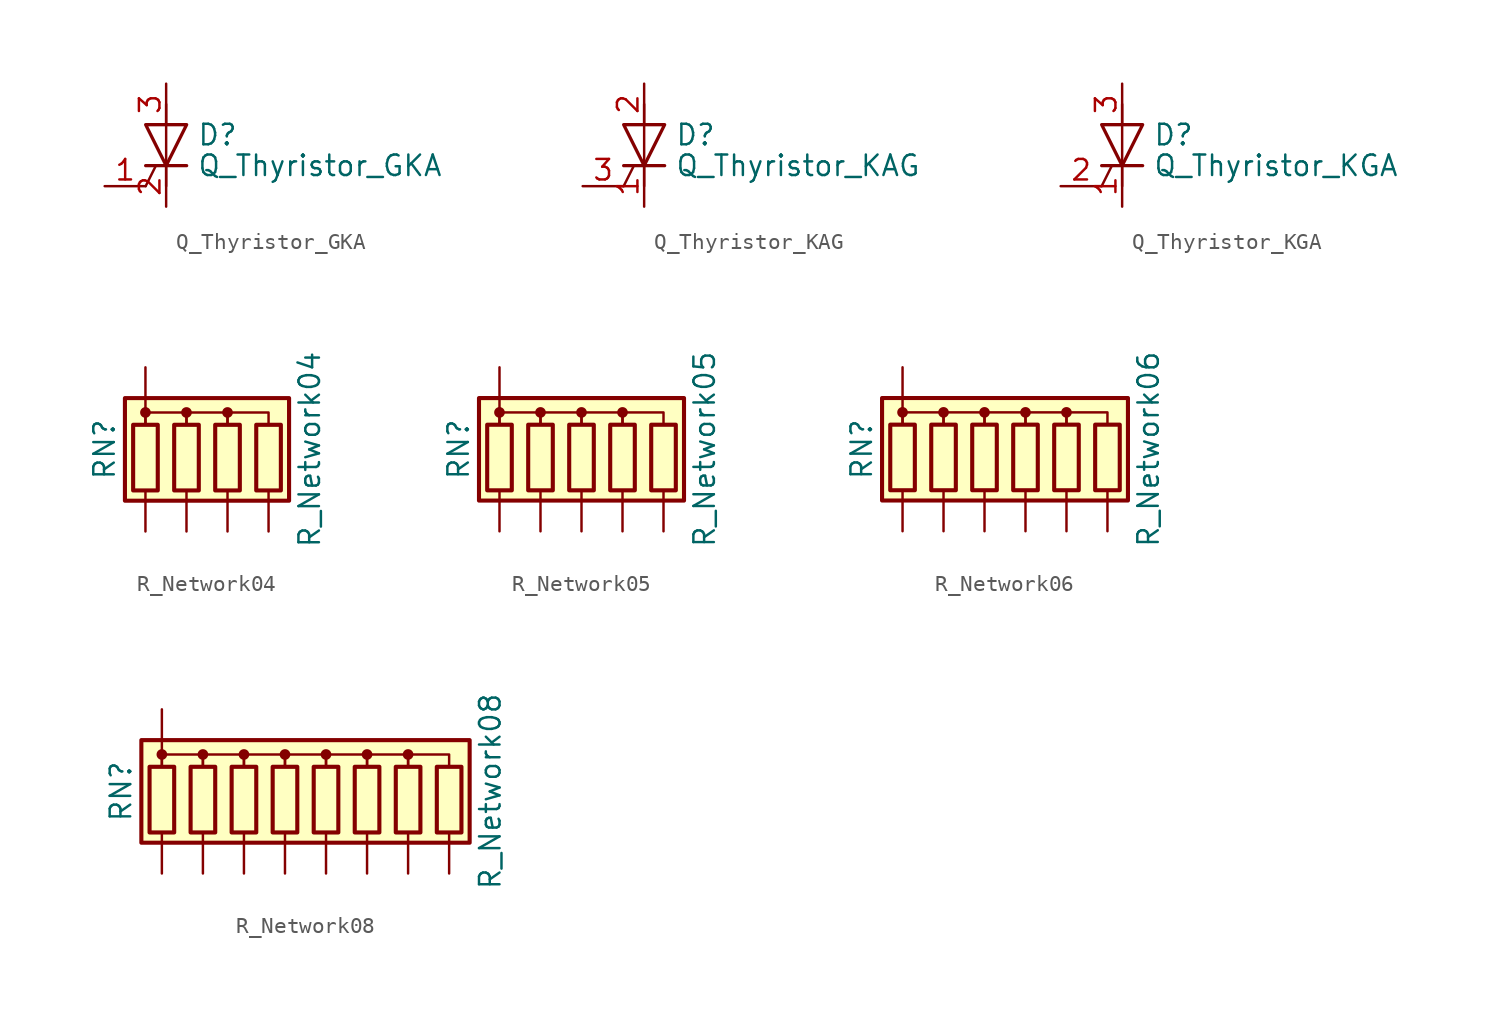
<source format=kicad_sym>
(kicad_symbol_lib
  (version 20211014)
  (generator kicad_symbol_editor)
  (symbol "Q_Thyristor_GKA"
    (pin_names
      (offset 0) hide)
    (property "Reference" "D"
      (at 1.905 0.635 0)
      (effects (font (size 1.27 1.27)) (justify left)))
    (property "Value" "Q_Thyristor_GKA"
      (at 1.905 -1.27 0)
      (effects (font (size 1.27 1.27)) (justify left)))
    (symbol "Q_Thyristor_GKA_0_1"
      (polyline (pts (xy -1.27 -2.54) (xy -0.635 -1.27)) (stroke (width 0) (type default) (color 0 0 0 0)) (fill (type none)))
      (polyline (pts (xy -1.27 -1.27) (xy 1.27 -1.27)) (stroke (width 0.203) (type default) (color 0 0 0 0)) (fill (type none)))
      (polyline (pts (xy 0 -2.54) (xy 0 2.54)) (stroke (width 0) (type default) (color 0 0 0 0)) (fill (type none)))
      (polyline (pts (xy -1.27 1.27) (xy 1.27 1.27) (xy 0 -1.27) (xy -1.27 1.27)) (stroke (width 0.203) (type default) (color 0 0 0 0)) (fill (type none))))
    (symbol "Q_Thyristor_GKA_1_1"
      (pin input line (at -3.81 -2.54 0) (length 2.54) (name "G" (effects (font (size 1.27 1.27)))) (number "1" (effects (font (size 1.27 1.27)))))
      (pin passive line (at 0 -3.81 90) (length 2.54) (name "K" (effects (font (size 1.27 1.27)))) (number "2" (effects (font (size 1.27 1.27)))))
      (pin passive line (at 0 3.81 270) (length 2.54) (name "A" (effects (font (size 1.27 1.27)))) (number "3" (effects (font (size 1.27 1.27)))))))
  (symbol "Q_Thyristor_KAG"
    (pin_names
      (offset 0) hide)
    (property "Reference" "D"
      (at 1.905 0.635 0)
      (effects (font (size 1.27 1.27)) (justify left)))
    (property "Value" "Q_Thyristor_KAG"
      (at 1.905 -1.27 0)
      (effects (font (size 1.27 1.27)) (justify left)))
    (symbol "Q_Thyristor_KAG_0_1"
      (polyline (pts (xy -1.27 -2.54) (xy -0.635 -1.27)) (stroke (width 0) (type default) (color 0 0 0 0)) (fill (type none)))
      (polyline (pts (xy -1.27 -1.27) (xy 1.27 -1.27)) (stroke (width 0.203) (type default) (color 0 0 0 0)) (fill (type none)))
      (polyline (pts (xy 0 -2.54) (xy 0 2.54)) (stroke (width 0) (type default) (color 0 0 0 0)) (fill (type none)))
      (polyline (pts (xy -1.27 1.27) (xy 1.27 1.27) (xy 0 -1.27) (xy -1.27 1.27)) (stroke (width 0.203) (type default) (color 0 0 0 0)) (fill (type none))))
    (symbol "Q_Thyristor_KAG_1_1"
      (pin passive line (at 0 -3.81 90) (length 2.54) (name "K" (effects (font (size 1.27 1.27)))) (number "1" (effects (font (size 1.27 1.27)))))
      (pin passive line (at 0 3.81 270) (length 2.54) (name "A" (effects (font (size 1.27 1.27)))) (number "2" (effects (font (size 1.27 1.27)))))
      (pin input line (at -3.81 -2.54 0) (length 2.54) (name "G" (effects (font (size 1.27 1.27)))) (number "3" (effects (font (size 1.27 1.27)))))))
  (symbol "Q_Thyristor_KGA"
    (pin_names
      (offset 0) hide)
    (property "Reference" "D"
      (at 1.905 0.635 0)
      (effects (font (size 1.27 1.27)) (justify left)))
    (property "Value" "Q_Thyristor_KGA"
      (at 1.905 -1.27 0)
      (effects (font (size 1.27 1.27)) (justify left)))
    (symbol "Q_Thyristor_KGA_0_1"
      (polyline (pts (xy -1.27 -2.54) (xy -0.635 -1.27)) (stroke (width 0) (type default) (color 0 0 0 0)) (fill (type none)))
      (polyline (pts (xy -1.27 -1.27) (xy 1.27 -1.27)) (stroke (width 0.203) (type default) (color 0 0 0 0)) (fill (type none)))
      (polyline (pts (xy 0 -2.54) (xy 0 2.54)) (stroke (width 0) (type default) (color 0 0 0 0)) (fill (type none)))
      (polyline (pts (xy -1.27 1.27) (xy 1.27 1.27) (xy 0 -1.27) (xy -1.27 1.27)) (stroke (width 0.203) (type default) (color 0 0 0 0)) (fill (type none))))
    (symbol "Q_Thyristor_KGA_1_1"
      (pin passive line (at 0 -3.81 90) (length 2.54) (name "K" (effects (font (size 1.27 1.27)))) (number "1" (effects (font (size 1.27 1.27)))))
      (pin input line (at -3.81 -2.54 0) (length 2.54) (name "G" (effects (font (size 1.27 1.27)))) (number "2" (effects (font (size 1.27 1.27)))))
      (pin passive line (at 0 3.81 270) (length 2.54) (name "A" (effects (font (size 1.27 1.27)))) (number "3" (effects (font (size 1.27 1.27)))))))
  (symbol "R_Network04"
    (pin_numbers hide)
    (pin_names
      (offset 0) hide)
    (property "Reference" "RN"
      (at -7.62 0 90)
      (effects (font (size 1.27 1.27))))
    (property "Value" "R_Network04"
      (at 5.08 0 90)
      (effects (font (size 1.27 1.27))))
    (symbol "R_Network04_0_1"
      (rectangle (start -6.35 -3.175) (end 3.81 3.175) (stroke (width 0.254) (type default) (color 0 0 0 0)) (fill (type background)))
      (rectangle (start -5.842 1.524) (end -4.318 -2.54) (stroke (width 0.254) (type default) (color 0 0 0 0)) (fill (type none)))
      (circle (center -5.08 2.286) (radius 0.254) (stroke (width 0) (type default) (color 0 0 0 0)) (fill (type outline)))
      (rectangle (start -3.302 1.524) (end -1.778 -2.54) (stroke (width 0.254) (type default) (color 0 0 0 0)) (fill (type none)))
      (circle (center -2.54 2.286) (radius 0.254) (stroke (width 0) (type default) (color 0 0 0 0)) (fill (type outline)))
      (rectangle (start -0.762 1.524) (end 0.762 -2.54) (stroke (width 0.254) (type default) (color 0 0 0 0)) (fill (type none)))
      (polyline (pts (xy -5.08 2.54) (xy -5.08 1.524)) (stroke (width 0) (type default) (color 0 0 0 0)) (fill (type none)))
      (polyline (pts (xy -5.08 1.524) (xy -5.08 2.286) (xy -2.54 2.286) (xy -2.54 1.524)) (stroke (width 0) (type default) (color 0 0 0 0)) (fill (type none)))
      (polyline (pts (xy -2.54 1.524) (xy -2.54 2.286) (xy 0 2.286) (xy 0 1.524)) (stroke (width 0) (type default) (color 0 0 0 0)) (fill (type none)))
      (polyline (pts (xy 0 1.524) (xy 0 2.286) (xy 2.54 2.286) (xy 2.54 1.524)) (stroke (width 0) (type default) (color 0 0 0 0)) (fill (type none)))
      (circle (center 0 2.286) (radius 0.254) (stroke (width 0) (type default) (color 0 0 0 0)) (fill (type outline)))
      (rectangle (start 1.778 1.524) (end 3.302 -2.54) (stroke (width 0.254) (type default) (color 0 0 0 0)) (fill (type none))))
    (symbol "R_Network04_1_1"
      (pin passive line (at -5.08 5.08 270) (length 2.54) (name "common" (effects (font (size 1.27 1.27)))) (number "1" (effects (font (size 1.27 1.27)))))
      (pin passive line (at -5.08 -5.08 90) (length 2.54) (name "R1" (effects (font (size 1.27 1.27)))) (number "2" (effects (font (size 1.27 1.27)))))
      (pin passive line (at -2.54 -5.08 90) (length 2.54) (name "R2" (effects (font (size 1.27 1.27)))) (number "3" (effects (font (size 1.27 1.27)))))
      (pin passive line (at 0 -5.08 90) (length 2.54) (name "R3" (effects (font (size 1.27 1.27)))) (number "4" (effects (font (size 1.27 1.27)))))
      (pin passive line (at 2.54 -5.08 90) (length 2.54) (name "R4" (effects (font (size 1.27 1.27)))) (number "5" (effects (font (size 1.27 1.27)))))))
  (symbol "R_Network05"
    (pin_numbers hide)
    (pin_names
      (offset 0) hide)
    (property "Reference" "RN"
      (at -7.62 0 90)
      (effects (font (size 1.27 1.27))))
    (property "Value" "R_Network05"
      (at 7.62 0 90)
      (effects (font (size 1.27 1.27))))
    (symbol "R_Network05_0_1"
      (rectangle (start -6.35 -3.175) (end 6.35 3.175) (stroke (width 0.254) (type default) (color 0 0 0 0)) (fill (type background)))
      (rectangle (start -5.842 1.524) (end -4.318 -2.54) (stroke (width 0.254) (type default) (color 0 0 0 0)) (fill (type none)))
      (circle (center -5.08 2.286) (radius 0.254) (stroke (width 0) (type default) (color 0 0 0 0)) (fill (type outline)))
      (rectangle (start -3.302 1.524) (end -1.778 -2.54) (stroke (width 0.254) (type default) (color 0 0 0 0)) (fill (type none)))
      (circle (center -2.54 2.286) (radius 0.254) (stroke (width 0) (type default) (color 0 0 0 0)) (fill (type outline)))
      (rectangle (start -0.762 1.524) (end 0.762 -2.54) (stroke (width 0.254) (type default) (color 0 0 0 0)) (fill (type none)))
      (polyline (pts (xy -5.08 2.54) (xy -5.08 1.524)) (stroke (width 0) (type default) (color 0 0 0 0)) (fill (type none)))
      (polyline (pts (xy -5.08 1.524) (xy -5.08 2.286) (xy -2.54 2.286) (xy -2.54 1.524)) (stroke (width 0) (type default) (color 0 0 0 0)) (fill (type none)))
      (polyline (pts (xy -2.54 1.524) (xy -2.54 2.286) (xy 0 2.286) (xy 0 1.524)) (stroke (width 0) (type default) (color 0 0 0 0)) (fill (type none)))
      (polyline (pts (xy 0 1.524) (xy 0 2.286) (xy 2.54 2.286) (xy 2.54 1.524)) (stroke (width 0) (type default) (color 0 0 0 0)) (fill (type none)))
      (polyline (pts (xy 2.54 1.524) (xy 2.54 2.286) (xy 5.08 2.286) (xy 5.08 1.524)) (stroke (width 0) (type default) (color 0 0 0 0)) (fill (type none)))
      (circle (center 0 2.286) (radius 0.254) (stroke (width 0) (type default) (color 0 0 0 0)) (fill (type outline)))
      (rectangle (start 1.778 1.524) (end 3.302 -2.54) (stroke (width 0.254) (type default) (color 0 0 0 0)) (fill (type none)))
      (circle (center 2.54 2.286) (radius 0.254) (stroke (width 0) (type default) (color 0 0 0 0)) (fill (type outline)))
      (rectangle (start 4.318 1.524) (end 5.842 -2.54) (stroke (width 0.254) (type default) (color 0 0 0 0)) (fill (type none))))
    (symbol "R_Network05_1_1"
      (pin passive line (at -5.08 5.08 270) (length 2.54) (name "common" (effects (font (size 1.27 1.27)))) (number "1" (effects (font (size 1.27 1.27)))))
      (pin passive line (at -5.08 -5.08 90) (length 2.54) (name "R1" (effects (font (size 1.27 1.27)))) (number "2" (effects (font (size 1.27 1.27)))))
      (pin passive line (at -2.54 -5.08 90) (length 2.54) (name "R2" (effects (font (size 1.27 1.27)))) (number "3" (effects (font (size 1.27 1.27)))))
      (pin passive line (at 0 -5.08 90) (length 2.54) (name "R3" (effects (font (size 1.27 1.27)))) (number "4" (effects (font (size 1.27 1.27)))))
      (pin passive line (at 2.54 -5.08 90) (length 2.54) (name "R4" (effects (font (size 1.27 1.27)))) (number "5" (effects (font (size 1.27 1.27)))))
      (pin passive line (at 5.08 -5.08 90) (length 2.54) (name "R5" (effects (font (size 1.27 1.27)))) (number "6" (effects (font (size 1.27 1.27)))))))
  (symbol "R_Network06"
    (pin_numbers hide)
    (pin_names
      (offset 0) hide)
    (property "Reference" "RN"
      (at -10.16 0 90)
      (effects (font (size 1.27 1.27))))
    (property "Value" "R_Network06"
      (at 7.62 0 90)
      (effects (font (size 1.27 1.27))))
    (symbol "R_Network06_0_1"
      (rectangle (start -8.89 -3.175) (end 6.35 3.175) (stroke (width 0.254) (type default) (color 0 0 0 0)) (fill (type background)))
      (rectangle (start -8.382 1.524) (end -6.858 -2.54) (stroke (width 0.254) (type default) (color 0 0 0 0)) (fill (type none)))
      (circle (center -7.62 2.286) (radius 0.254) (stroke (width 0) (type default) (color 0 0 0 0)) (fill (type outline)))
      (rectangle (start -5.842 1.524) (end -4.318 -2.54) (stroke (width 0.254) (type default) (color 0 0 0 0)) (fill (type none)))
      (circle (center -5.08 2.286) (radius 0.254) (stroke (width 0) (type default) (color 0 0 0 0)) (fill (type outline)))
      (rectangle (start -3.302 1.524) (end -1.778 -2.54) (stroke (width 0.254) (type default) (color 0 0 0 0)) (fill (type none)))
      (circle (center -2.54 2.286) (radius 0.254) (stroke (width 0) (type default) (color 0 0 0 0)) (fill (type outline)))
      (rectangle (start -0.762 1.524) (end 0.762 -2.54) (stroke (width 0.254) (type default) (color 0 0 0 0)) (fill (type none)))
      (polyline (pts (xy -7.62 2.54) (xy -7.62 1.524)) (stroke (width 0) (type default) (color 0 0 0 0)) (fill (type none)))
      (polyline (pts (xy -7.62 1.524) (xy -7.62 2.286) (xy -5.08 2.286) (xy -5.08 1.524)) (stroke (width 0) (type default) (color 0 0 0 0)) (fill (type none)))
      (polyline (pts (xy -5.08 1.524) (xy -5.08 2.286) (xy -2.54 2.286) (xy -2.54 1.524)) (stroke (width 0) (type default) (color 0 0 0 0)) (fill (type none)))
      (polyline (pts (xy -2.54 1.524) (xy -2.54 2.286) (xy 0 2.286) (xy 0 1.524)) (stroke (width 0) (type default) (color 0 0 0 0)) (fill (type none)))
      (polyline (pts (xy 0 1.524) (xy 0 2.286) (xy 2.54 2.286) (xy 2.54 1.524)) (stroke (width 0) (type default) (color 0 0 0 0)) (fill (type none)))
      (polyline (pts (xy 2.54 1.524) (xy 2.54 2.286) (xy 5.08 2.286) (xy 5.08 1.524)) (stroke (width 0) (type default) (color 0 0 0 0)) (fill (type none)))
      (circle (center 0 2.286) (radius 0.254) (stroke (width 0) (type default) (color 0 0 0 0)) (fill (type outline)))
      (rectangle (start 1.778 1.524) (end 3.302 -2.54) (stroke (width 0.254) (type default) (color 0 0 0 0)) (fill (type none)))
      (circle (center 2.54 2.286) (radius 0.254) (stroke (width 0) (type default) (color 0 0 0 0)) (fill (type outline)))
      (rectangle (start 4.318 1.524) (end 5.842 -2.54) (stroke (width 0.254) (type default) (color 0 0 0 0)) (fill (type none))))
    (symbol "R_Network06_1_1"
      (pin passive line (at -7.62 5.08 270) (length 2.54) (name "common" (effects (font (size 1.27 1.27)))) (number "1" (effects (font (size 1.27 1.27)))))
      (pin passive line (at -7.62 -5.08 90) (length 2.54) (name "R1" (effects (font (size 1.27 1.27)))) (number "2" (effects (font (size 1.27 1.27)))))
      (pin passive line (at -5.08 -5.08 90) (length 2.54) (name "R2" (effects (font (size 1.27 1.27)))) (number "3" (effects (font (size 1.27 1.27)))))
      (pin passive line (at -2.54 -5.08 90) (length 2.54) (name "R3" (effects (font (size 1.27 1.27)))) (number "4" (effects (font (size 1.27 1.27)))))
      (pin passive line (at 0 -5.08 90) (length 2.54) (name "R4" (effects (font (size 1.27 1.27)))) (number "5" (effects (font (size 1.27 1.27)))))
      (pin passive line (at 2.54 -5.08 90) (length 2.54) (name "R5" (effects (font (size 1.27 1.27)))) (number "6" (effects (font (size 1.27 1.27)))))
      (pin passive line (at 5.08 -5.08 90) (length 2.54) (name "R6" (effects (font (size 1.27 1.27)))) (number "7" (effects (font (size 1.27 1.27)))))))
  (symbol "R_Network08"
    (pin_numbers hide)
    (pin_names
      (offset 0) hide)
    (property "Reference" "RN"
      (at -12.7 0 90)
      (effects (font (size 1.27 1.27))))
    (property "Value" "R_Network08"
      (at 10.16 0 90)
      (effects (font (size 1.27 1.27))))
    (symbol "R_Network08_0_1"
      (rectangle (start -11.43 -3.175) (end 8.89 3.175) (stroke (width 0.254) (type default) (color 0 0 0 0)) (fill (type background)))
      (rectangle (start -10.922 1.524) (end -9.398 -2.54) (stroke (width 0.254) (type default) (color 0 0 0 0)) (fill (type none)))
      (circle (center -10.16 2.286) (radius 0.254) (stroke (width 0) (type default) (color 0 0 0 0)) (fill (type outline)))
      (rectangle (start -8.382 1.524) (end -6.858 -2.54) (stroke (width 0.254) (type default) (color 0 0 0 0)) (fill (type none)))
      (circle (center -7.62 2.286) (radius 0.254) (stroke (width 0) (type default) (color 0 0 0 0)) (fill (type outline)))
      (rectangle (start -5.842 1.524) (end -4.318 -2.54) (stroke (width 0.254) (type default) (color 0 0 0 0)) (fill (type none)))
      (circle (center -5.08 2.286) (radius 0.254) (stroke (width 0) (type default) (color 0 0 0 0)) (fill (type outline)))
      (rectangle (start -3.302 1.524) (end -1.778 -2.54) (stroke (width 0.254) (type default) (color 0 0 0 0)) (fill (type none)))
      (circle (center -2.54 2.286) (radius 0.254) (stroke (width 0) (type default) (color 0 0 0 0)) (fill (type outline)))
      (rectangle (start -0.762 1.524) (end 0.762 -2.54) (stroke (width 0.254) (type default) (color 0 0 0 0)) (fill (type none)))
      (polyline (pts (xy -10.16 2.54) (xy -10.16 1.524)) (stroke (width 0) (type default) (color 0 0 0 0)) (fill (type none)))
      (polyline (pts (xy -10.16 1.524) (xy -10.16 2.286) (xy -7.62 2.286) (xy -7.62 1.524)) (stroke (width 0) (type default) (color 0 0 0 0)) (fill (type none)))
      (polyline (pts (xy -7.62 1.524) (xy -7.62 2.286) (xy -5.08 2.286) (xy -5.08 1.524)) (stroke (width 0) (type default) (color 0 0 0 0)) (fill (type none)))
      (polyline (pts (xy -5.08 1.524) (xy -5.08 2.286) (xy -2.54 2.286) (xy -2.54 1.524)) (stroke (width 0) (type default) (color 0 0 0 0)) (fill (type none)))
      (polyline (pts (xy -2.54 1.524) (xy -2.54 2.286) (xy 0 2.286) (xy 0 1.524)) (stroke (width 0) (type default) (color 0 0 0 0)) (fill (type none)))
      (polyline (pts (xy 0 1.524) (xy 0 2.286) (xy 2.54 2.286) (xy 2.54 1.524)) (stroke (width 0) (type default) (color 0 0 0 0)) (fill (type none)))
      (polyline (pts (xy 2.54 1.524) (xy 2.54 2.286) (xy 5.08 2.286) (xy 5.08 1.524)) (stroke (width 0) (type default) (color 0 0 0 0)) (fill (type none)))
      (polyline (pts (xy 5.08 1.524) (xy 5.08 2.286) (xy 7.62 2.286) (xy 7.62 1.524)) (stroke (width 0) (type default) (color 0 0 0 0)) (fill (type none)))
      (circle (center 0 2.286) (radius 0.254) (stroke (width 0) (type default) (color 0 0 0 0)) (fill (type outline)))
      (rectangle (start 1.778 1.524) (end 3.302 -2.54) (stroke (width 0.254) (type default) (color 0 0 0 0)) (fill (type none)))
      (circle (center 2.54 2.286) (radius 0.254) (stroke (width 0) (type default) (color 0 0 0 0)) (fill (type outline)))
      (rectangle (start 4.318 1.524) (end 5.842 -2.54) (stroke (width 0.254) (type default) (color 0 0 0 0)) (fill (type none)))
      (circle (center 5.08 2.286) (radius 0.254) (stroke (width 0) (type default) (color 0 0 0 0)) (fill (type outline)))
      (rectangle (start 6.858 1.524) (end 8.382 -2.54) (stroke (width 0.254) (type default) (color 0 0 0 0)) (fill (type none))))
    (symbol "R_Network08_1_1"
      (pin passive line (at -10.16 5.08 270) (length 2.54) (name "common" (effects (font (size 1.27 1.27)))) (number "1" (effects (font (size 1.27 1.27)))))
      (pin passive line (at -10.16 -5.08 90) (length 2.54) (name "R1" (effects (font (size 1.27 1.27)))) (number "2" (effects (font (size 1.27 1.27)))))
      (pin passive line (at -7.62 -5.08 90) (length 2.54) (name "R2" (effects (font (size 1.27 1.27)))) (number "3" (effects (font (size 1.27 1.27)))))
      (pin passive line (at -5.08 -5.08 90) (length 2.54) (name "R3" (effects (font (size 1.27 1.27)))) (number "4" (effects (font (size 1.27 1.27)))))
      (pin passive line (at -2.54 -5.08 90) (length 2.54) (name "R4" (effects (font (size 1.27 1.27)))) (number "5" (effects (font (size 1.27 1.27)))))
      (pin passive line (at 0 -5.08 90) (length 2.54) (name "R5" (effects (font (size 1.27 1.27)))) (number "6" (effects (font (size 1.27 1.27)))))
      (pin passive line (at 2.54 -5.08 90) (length 2.54) (name "R6" (effects (font (size 1.27 1.27)))) (number "7" (effects (font (size 1.27 1.27)))))
      (pin passive line (at 5.08 -5.08 90) (length 2.54) (name "R7" (effects (font (size 1.27 1.27)))) (number "8" (effects (font (size 1.27 1.27)))))
      (pin passive line (at 7.62 -5.08 90) (length 2.54) (name "R8" (effects (font (size 1.27 1.27)))) (number "9" (effects (font (size 1.27 1.27))))))))
</source>
